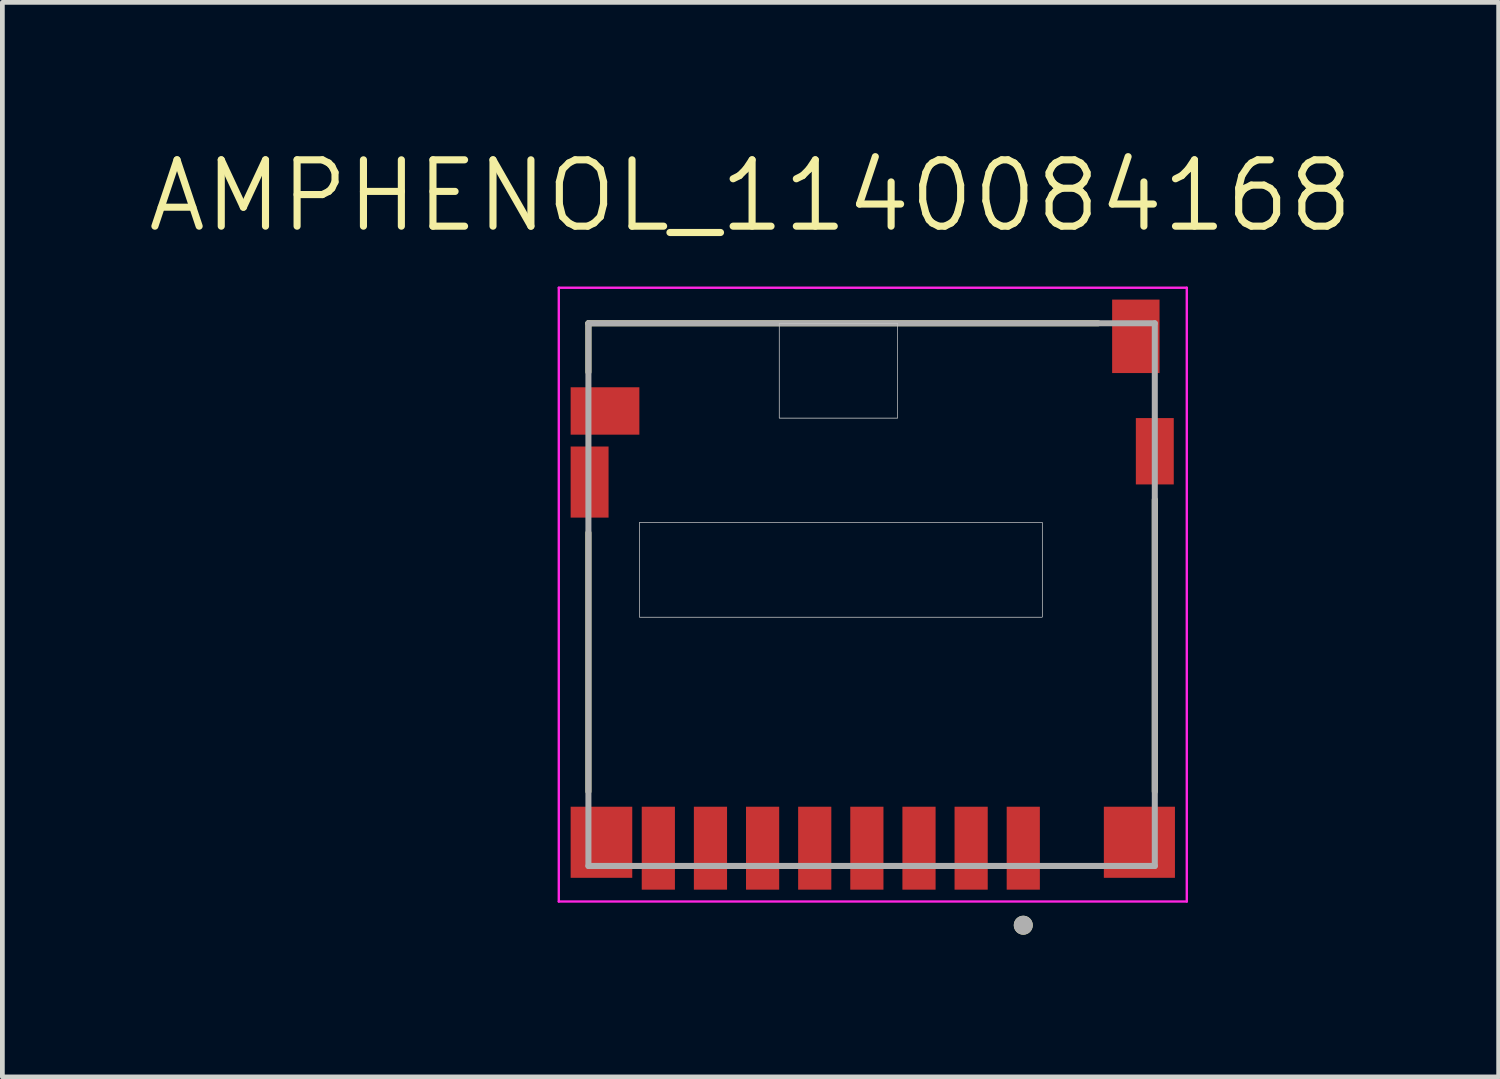
<source format=kicad_pcb>
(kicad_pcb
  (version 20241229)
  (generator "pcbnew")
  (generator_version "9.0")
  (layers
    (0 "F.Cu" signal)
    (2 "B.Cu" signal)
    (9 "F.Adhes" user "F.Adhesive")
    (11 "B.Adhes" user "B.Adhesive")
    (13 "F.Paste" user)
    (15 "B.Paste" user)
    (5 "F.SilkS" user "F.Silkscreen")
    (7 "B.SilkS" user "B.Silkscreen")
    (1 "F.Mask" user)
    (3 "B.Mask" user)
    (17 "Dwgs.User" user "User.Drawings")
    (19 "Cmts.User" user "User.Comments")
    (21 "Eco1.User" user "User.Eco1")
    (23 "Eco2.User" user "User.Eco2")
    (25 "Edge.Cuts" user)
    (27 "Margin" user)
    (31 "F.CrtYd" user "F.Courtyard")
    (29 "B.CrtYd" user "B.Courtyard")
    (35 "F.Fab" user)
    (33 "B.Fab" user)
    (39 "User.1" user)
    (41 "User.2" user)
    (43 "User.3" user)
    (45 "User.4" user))
  (footprint "AMPHENOL_1140084168"
    (layer "F.Cu")
    (at 15.34 13.971)
    (property "Reference" "AMPHENOL_1140084168" (at -2.555 -12.889 0) (layer "F.SilkS") (effects (font (size 1.4 1.4) (thickness 0.15))))
    (attr through_hole)
    (fp_line (start -5.975 -10.2) (end -5.975 -9.17) (stroke (width 0.127) (type solid)) (layer "F.SilkS"))
    (fp_line (start -5.975 -5.78) (end -5.975 -0.32) (stroke (width 0.127) (type solid)) (layer "F.SilkS"))
    (fp_line (start 4.78 -10.2) (end -5.975 -10.2) (stroke (width 0.127) (type solid)) (layer "F.SilkS"))
    (fp_line (start 5.975 -0.32) (end 5.975 -6.48) (stroke (width 0.127) (type solid)) (layer "F.SilkS"))
    (fp_circle (center 3.2 2.5) (end 3.3 2.5) (stroke (width 0.2) (type solid)) (fill no) (layer "F.SilkS"))
    (fp_poly (pts (xy -4.9 -6) (xy 3.6 -6) (xy 3.6 -4) (xy -4.9 -4)) (stroke (width 0.01) (type solid)) (fill no) (layer "Dwgs.User"))
    (fp_poly (pts (xy -4.9 -6) (xy 3.6 -6) (xy 3.6 -4) (xy -4.9 -4)) (stroke (width 0.01) (type solid)) (fill no) (layer "Dwgs.User"))
    (fp_poly (pts (xy -1.95 -10.2) (xy 0.55 -10.2) (xy 0.55 -8.2) (xy -1.95 -8.2)) (stroke (width 0.01) (type solid)) (fill no) (layer "Dwgs.User"))
    (fp_poly (pts (xy -1.95 -10.2) (xy 0.55 -10.2) (xy 0.55 -8.2) (xy -1.95 -8.2)) (stroke (width 0.01) (type solid)) (fill no) (layer "Dwgs.User"))
    (fp_line (start -6.6 -10.95) (end -6.6 2) (stroke (width 0.05) (type solid)) (layer "F.CrtYd"))
    (fp_line (start -6.6 2) (end 6.65 2) (stroke (width 0.05) (type solid)) (layer "F.CrtYd"))
    (fp_line (start 6.65 -10.95) (end -6.6 -10.95) (stroke (width 0.05) (type solid)) (layer "F.CrtYd"))
    (fp_line (start 6.65 2) (end 6.65 -10.95) (stroke (width 0.05) (type solid)) (layer "F.CrtYd"))
    (fp_line (start -5.975 -10.2) (end -5.975 1.25) (stroke (width 0.127) (type solid)) (layer "F.Fab"))
    (fp_line (start -5.975 1.25) (end 5.975 1.25) (stroke (width 0.127) (type solid)) (layer "F.Fab"))
    (fp_line (start 5.975 -10.2) (end -5.975 -10.2) (stroke (width 0.127) (type solid)) (layer "F.Fab"))
    (fp_line (start 5.975 1.25) (end 5.975 -10.2) (stroke (width 0.127) (type solid)) (layer "F.Fab"))
    (fp_circle (center 3.2 2.5) (end 3.3 2.5) (stroke (width 0.2) (type solid)) (fill no) (layer "F.Fab"))
    (pad "1" smd rect (at 3.2 0.875) (size 0.7 1.75) (layers "F.Cu" "F.Mask" "F.Paste"))
    (pad "2" smd rect (at 2.1 0.875) (size 0.7 1.75) (layers "F.Cu" "F.Mask" "F.Paste"))
    (pad "3" smd rect (at 1 0.875) (size 0.7 1.75) (layers "F.Cu" "F.Mask" "F.Paste"))
    (pad "4" smd rect (at -0.1 0.875) (size 0.7 1.75) (layers "F.Cu" "F.Mask" "F.Paste"))
    (pad "5" smd rect (at -1.2 0.875) (size 0.7 1.75) (layers "F.Cu" "F.Mask" "F.Paste"))
    (pad "6" smd rect (at -2.3 0.875) (size 0.7 1.75) (layers "F.Cu" "F.Mask" "F.Paste"))
    (pad "7" smd rect (at -3.4 0.875) (size 0.7 1.75) (layers "F.Cu" "F.Mask" "F.Paste"))
    (pad "8" smd rect (at -4.5 0.875) (size 0.7 1.75) (layers "F.Cu" "F.Mask" "F.Paste"))
    (pad "9" smd rect (at 5.575 -9.925) (size 1 1.55) (layers "F.Cu" "F.Mask" "F.Paste"))
    (pad "10" smd rect (at -5.625 -8.35) (size 1.45 1) (layers "F.Cu" "F.Mask" "F.Paste"))
    (pad "S1" smd rect (at 5.65 0.75) (size 1.5 1.5) (layers "F.Cu" "F.Mask" "F.Paste"))
    (pad "S2" smd rect (at -5.7 0.75) (size 1.3 1.5) (layers "F.Cu" "F.Mask" "F.Paste"))
    (pad "S3" smd rect (at 5.975 -7.5) (size 0.8 1.4) (layers "F.Cu" "F.Mask" "F.Paste"))
    (pad "S4" smd rect (at -5.95 -6.85) (size 0.8 1.5) (layers "F.Cu" "F.Mask" "F.Paste")))
  (gr_rect
    (start -3 -3)
    (end 28.57 19.671)
    (stroke (width 0.1) (type default))
    (fill no)
    (layer "Edge.Cuts")))
</source>
